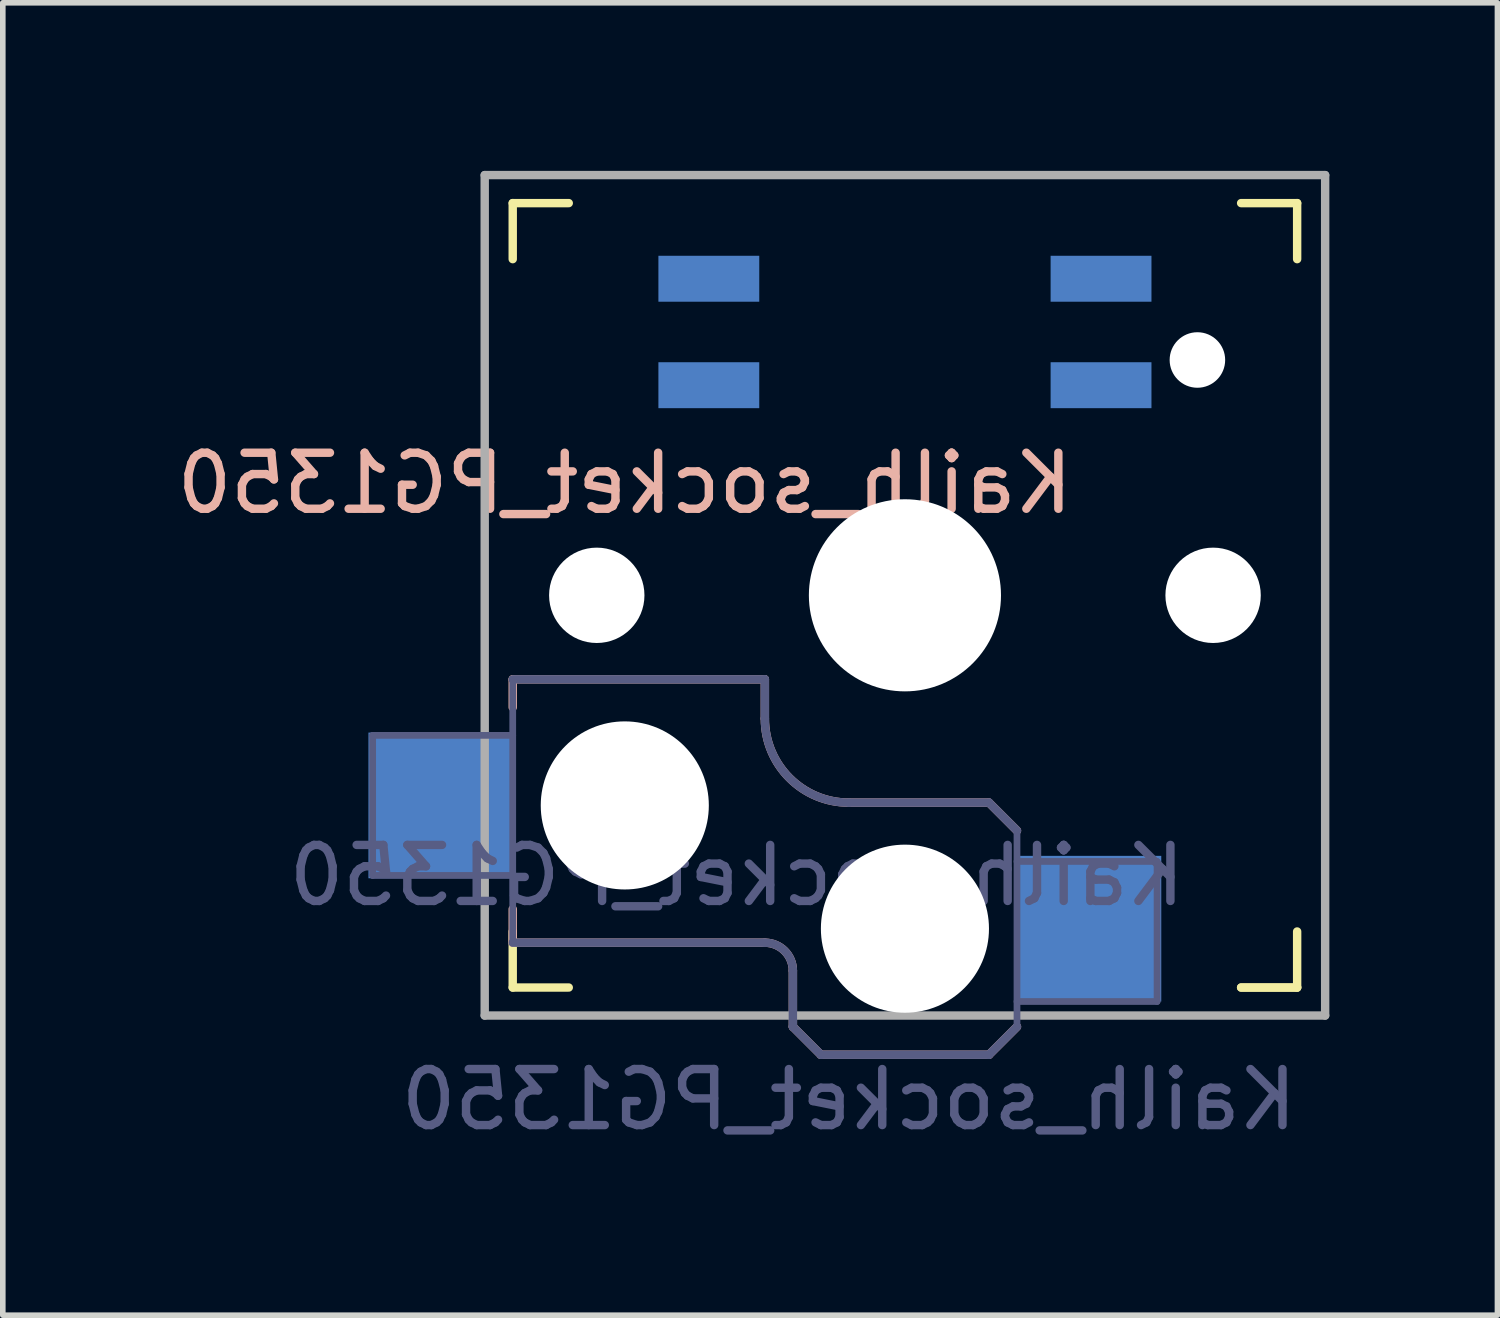
<source format=kicad_pcb>
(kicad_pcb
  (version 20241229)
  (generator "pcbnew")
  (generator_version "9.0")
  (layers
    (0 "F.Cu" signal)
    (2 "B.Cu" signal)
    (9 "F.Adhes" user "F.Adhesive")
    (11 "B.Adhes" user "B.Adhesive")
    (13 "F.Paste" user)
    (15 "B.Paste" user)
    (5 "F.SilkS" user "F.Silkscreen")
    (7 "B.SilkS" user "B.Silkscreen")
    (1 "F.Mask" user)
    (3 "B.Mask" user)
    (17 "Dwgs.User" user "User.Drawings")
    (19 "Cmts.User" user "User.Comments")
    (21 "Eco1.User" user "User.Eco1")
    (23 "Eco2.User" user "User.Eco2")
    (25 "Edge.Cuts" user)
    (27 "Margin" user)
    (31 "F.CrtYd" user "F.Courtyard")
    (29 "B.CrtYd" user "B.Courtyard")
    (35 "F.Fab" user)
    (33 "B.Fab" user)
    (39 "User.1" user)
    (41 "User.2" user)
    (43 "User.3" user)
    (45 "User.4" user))
  (footprint "Kailh_socket_PG1350"
    (layer "F.Cu")
    (at 10.501 4.475)
    (property "Reference" "Kailh_socket_PG1350" (at -2.4 1.1 0) (layer "B.SilkS") (effects (font (size 1 1) (thickness 0.15)) (justify mirror)))
    (property "Value" "Kailh_socket_PG1350" (at 2.6 11.355 0) (layer "F.Fab") (hide yes) (effects (font (size 1 1) (thickness 0.15))))
    (attr smd)
    (fp_line (start -4.4 -2.9) (end -4.4 -3.9) (stroke (width 0.15) (type solid)) (layer "F.SilkS"))
    (fp_line (start -4.4 10.1) (end -4.4 9.1) (stroke (width 0.15) (type solid)) (layer "F.SilkS"))
    (fp_line (start -4.4 10.1) (end -3.4 10.1) (stroke (width 0.15) (type solid)) (layer "F.SilkS"))
    (fp_line (start -3.4 -3.9) (end -4.4 -3.9) (stroke (width 0.15) (type solid)) (layer "F.SilkS"))
    (fp_line (start 8.6 10.1) (end 9.6 10.1) (stroke (width 0.15) (type solid)) (layer "F.SilkS"))
    (fp_line (start 9.6 -3.9) (end 8.6 -3.9) (stroke (width 0.15) (type solid)) (layer "F.SilkS"))
    (fp_line (start 9.6 -3.9) (end 9.6 -2.9) (stroke (width 0.15) (type solid)) (layer "F.SilkS"))
    (fp_line (start 9.6 9.1) (end 9.6 10.1) (stroke (width 0.15) (type solid)) (layer "F.SilkS"))
    (fp_line (start 9.6 10.1) (end 8.6 10.1) (stroke (width 0.15) (type solid)) (layer "F.SilkS"))
    (fp_line (start -4.4 4.6) (end -4.4 5.1) (stroke (width 0.15) (type solid)) (layer "B.SilkS"))
    (fp_line (start -4.4 8.7) (end -4.4 9.3) (stroke (width 0.15) (type solid)) (layer "B.SilkS"))
    (fp_line (start -4.4 9.3) (end 0.1 9.3) (stroke (width 0.15) (type solid)) (layer "B.SilkS"))
    (fp_line (start 0.1 4.6) (end -4.4 4.6) (stroke (width 0.15) (type solid)) (layer "B.SilkS"))
    (fp_line (start 0.1 5.3) (end 0.1 4.6) (stroke (width 0.15) (type solid)) (layer "B.SilkS"))
    (fp_line (start 0.6 9.8) (end 0.6 10.8) (stroke (width 0.15) (type solid)) (layer "B.SilkS"))
    (fp_line (start 1.1 11.3) (end 0.6 10.8) (stroke (width 0.15) (type solid)) (layer "B.SilkS"))
    (fp_line (start 4.1 6.8) (end 1.6 6.8) (stroke (width 0.15) (type solid)) (layer "B.SilkS"))
    (fp_line (start 4.1 11.3) (end 1.1 11.3) (stroke (width 0.15) (type solid)) (layer "B.SilkS"))
    (fp_line (start 4.6 7.3) (end 4.1 6.8) (stroke (width 0.15) (type solid)) (layer "B.SilkS"))
    (fp_line (start 4.6 10.8) (end 4.1 11.3) (stroke (width 0.15) (type solid)) (layer "B.SilkS"))
    (fp_arc (start 0.1 9.3) (mid 0.453553 9.446447) (end 0.6 9.8) (stroke (width 0.15) (type solid)) (layer "B.SilkS"))
    (fp_arc (start 1.6 6.8) (mid 0.53934 6.36066) (end 0.1 5.3) (stroke (width 0.15) (type solid)) (layer "B.SilkS"))
    (fp_line (start -4.3 10) (end -4.3 -3.8) (stroke (width 0.15) (type solid)) (layer "Eco2.User"))
    (fp_line (start -4.3 10) (end 9.5 10) (stroke (width 0.15) (type solid)) (layer "Eco2.User"))
    (fp_line (start 0 0) (end 0 -3.2) (stroke (width 0.15) (type solid)) (layer "Eco2.User"))
    (fp_line (start 0 0) (end 5.2 0) (stroke (width 0.15) (type solid)) (layer "Eco2.User"))
    (fp_line (start 5.2 -3.2) (end 0 -3.2) (stroke (width 0.15) (type solid)) (layer "Eco2.User"))
    (fp_line (start 5.2 0) (end 5.2 -3.2) (stroke (width 0.15) (type solid)) (layer "Eco2.User"))
    (fp_line (start 9.5 -3.8) (end -4.3 -3.8) (stroke (width 0.15) (type solid)) (layer "Eco2.User"))
    (fp_line (start 9.5 -3.8) (end 9.5 10) (stroke (width 0.15) (type solid)) (layer "Eco2.User"))
    (fp_line (start -6.9 5.6) (end -4.4 5.6) (stroke (width 0.12) (type solid)) (layer "B.Fab"))
    (fp_line (start -6.9 8.1) (end -6.9 5.6) (stroke (width 0.12) (type solid)) (layer "B.Fab"))
    (fp_line (start -4.4 4.6) (end -4.4 9.3) (stroke (width 0.12) (type solid)) (layer "B.Fab"))
    (fp_line (start -4.4 8.1) (end -6.9 8.1) (stroke (width 0.12) (type solid)) (layer "B.Fab"))
    (fp_line (start -4.4 9.3) (end 0.1 9.3) (stroke (width 0.15) (type solid)) (layer "B.Fab"))
    (fp_line (start 0.1 4.6) (end -4.4 4.6) (stroke (width 0.15) (type solid)) (layer "B.Fab"))
    (fp_line (start 0.1 5.3) (end 0.1 4.6) (stroke (width 0.15) (type solid)) (layer "B.Fab"))
    (fp_line (start 0.6 9.8) (end 0.6 10.8) (stroke (width 0.15) (type solid)) (layer "B.Fab"))
    (fp_line (start 1.1 11.3) (end 0.6 10.8) (stroke (width 0.15) (type solid)) (layer "B.Fab"))
    (fp_line (start 4.1 6.8) (end 1.6 6.8) (stroke (width 0.15) (type solid)) (layer "B.Fab"))
    (fp_line (start 4.1 11.3) (end 1.1 11.3) (stroke (width 0.15) (type solid)) (layer "B.Fab"))
    (fp_line (start 4.6 7.3) (end 4.1 6.8) (stroke (width 0.15) (type solid)) (layer "B.Fab"))
    (fp_line (start 4.6 7.35) (end 4.6 10.8) (stroke (width 0.12) (type solid)) (layer "B.Fab"))
    (fp_line (start 4.6 7.85) (end 7.1 7.85) (stroke (width 0.12) (type solid)) (layer "B.Fab"))
    (fp_line (start 4.6 10.8) (end 4.1 11.3) (stroke (width 0.15) (type solid)) (layer "B.Fab"))
    (fp_line (start 7.1 7.85) (end 7.1 10.35) (stroke (width 0.12) (type solid)) (layer "B.Fab"))
    (fp_line (start 7.1 10.35) (end 4.6 10.35) (stroke (width 0.12) (type solid)) (layer "B.Fab"))
    (fp_arc (start 0.1 9.3) (mid 0.453553 9.446447) (end 0.6 9.8) (stroke (width 0.15) (type solid)) (layer "B.Fab"))
    (fp_arc (start 1.6 6.8) (mid 0.53934 6.36066) (end 0.1 5.3) (stroke (width 0.15) (type solid)) (layer "B.Fab"))
    (fp_line (start -4.9 -4.4) (end 10.1 -4.4) (stroke (width 0.15) (type solid)) (layer "F.Fab"))
    (fp_line (start -4.9 10.6) (end -4.9 -4.4) (stroke (width 0.15) (type solid)) (layer "F.Fab"))
    (fp_line (start 10.1 -4.4) (end 10.1 10.6) (stroke (width 0.15) (type solid)) (layer "F.Fab"))
    (fp_line (start 10.1 10.6) (end -4.9 10.6) (stroke (width 0.15) (type solid)) (layer "F.Fab"))
    (fp_text user "${VALUE}" (at 1.6 12.1 0) (layer "B.Fab") (effects (font (size 1 1) (thickness 0.15)) (justify mirror)))
    (fp_text user "${REFERENCE}" (at -0.4 8.1 0) (layer "B.Fab") (effects (font (size 1 1) (thickness 0.15)) (justify mirror)))
    (pad "" np_thru_hole circle (at -2.9 3.1) (size 1.702 1.702) (drill 1.702) (layers "*.Cu" "*.Mask"))
    (pad "" np_thru_hole circle (at -2.4 6.85) (size 3 3) (drill 3) (layers "*.Cu" "*.Mask"))
    (pad "" np_thru_hole circle (at 2.6 3.1) (size 3.429 3.429) (drill 3.429) (layers "*.Cu" "*.Mask"))
    (pad "" np_thru_hole circle (at 2.6 9.05) (size 3 3) (drill 3) (layers "*.Cu" "*.Mask"))
    (pad "" np_thru_hole circle (at 7.82 -1.1) (size 0.991 0.991) (drill 0.991) (layers "*.Cu" "*.Mask"))
    (pad "" np_thru_hole circle (at 8.1 3.1) (size 1.702 1.702) (drill 1.702) (layers "*.Cu" "*.Mask"))
    (pad "1" smd rect (at 5.875 9.05) (size 2.6 2.6) (layers "B.Cu" "B.Mask" "B.Paste"))
    (pad "2" smd rect (at -5.675 6.85) (size 2.6 2.6) (layers "B.Cu" "B.Mask" "B.Paste"))
    (pad "3" smd rect (at 6.1 -2.55) (size 1.8 0.82) (layers "B.Cu" "B.Mask" "B.Paste"))
    (pad "4" smd rect (at 6.1 -0.65) (size 1.8 0.82) (layers "B.Cu" "B.Mask" "B.Paste"))
    (pad "5" smd rect (at -0.9 -0.65) (size 1.8 0.82) (layers "B.Cu" "B.Mask" "B.Paste"))
    (pad "6" smd rect (at -0.9 -2.55) (size 1.8 0.82) (layers "B.Cu" "B.Mask" "B.Paste")))
  (gr_rect
    (start -3 -3)
    (end 23.676 20.423)
    (stroke (width 0.1) (type default))
    (fill no)
    (layer "Edge.Cuts")))
</source>
